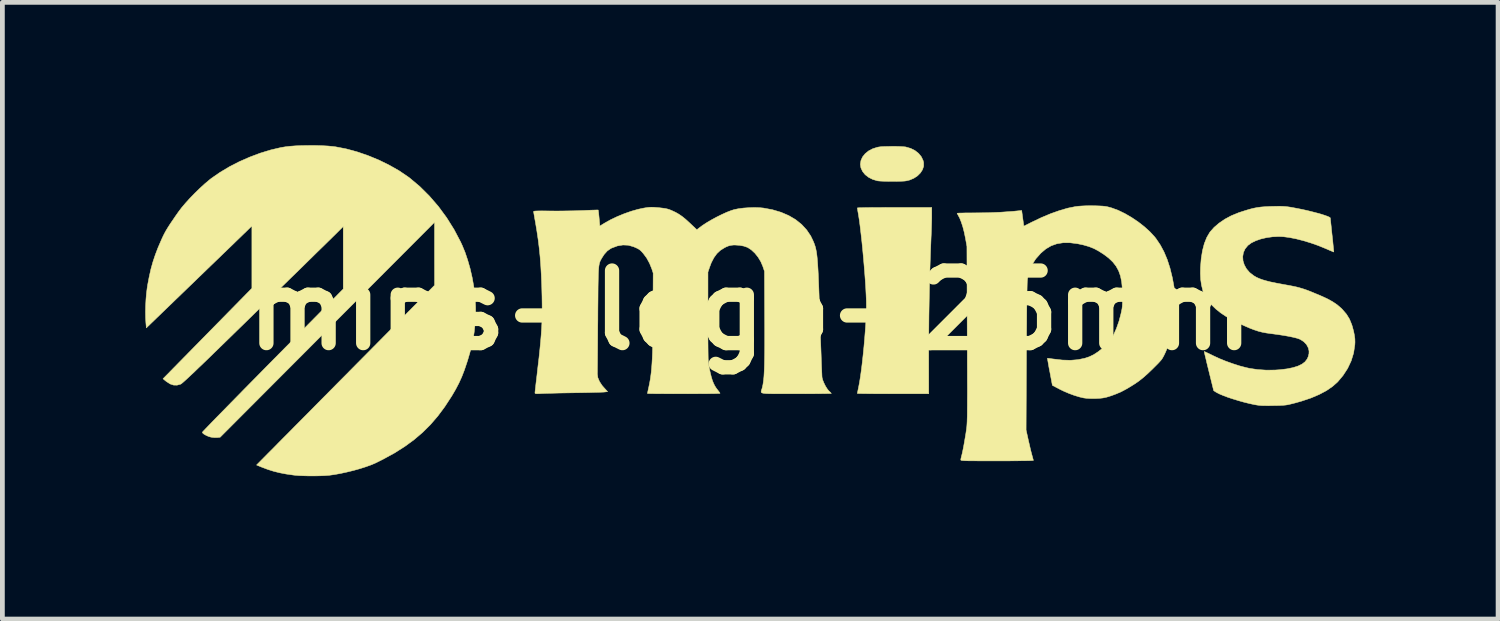
<source format=kicad_pcb>
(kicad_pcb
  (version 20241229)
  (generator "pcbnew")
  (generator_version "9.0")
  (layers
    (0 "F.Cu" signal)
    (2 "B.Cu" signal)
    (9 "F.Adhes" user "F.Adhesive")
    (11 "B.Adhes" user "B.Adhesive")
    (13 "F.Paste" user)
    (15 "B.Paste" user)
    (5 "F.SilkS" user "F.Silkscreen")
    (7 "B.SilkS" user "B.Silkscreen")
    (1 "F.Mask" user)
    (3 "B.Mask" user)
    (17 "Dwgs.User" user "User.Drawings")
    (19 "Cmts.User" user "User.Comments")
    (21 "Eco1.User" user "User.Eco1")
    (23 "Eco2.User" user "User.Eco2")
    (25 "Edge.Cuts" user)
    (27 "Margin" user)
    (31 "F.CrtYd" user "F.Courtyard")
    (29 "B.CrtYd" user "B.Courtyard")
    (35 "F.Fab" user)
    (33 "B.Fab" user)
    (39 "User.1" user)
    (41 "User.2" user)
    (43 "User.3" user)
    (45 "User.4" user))
  (footprint "mips-logo-25mm"
    (layer "F.Cu")
    (at 12.704 3.465)
    (property "Reference" "mips-logo-25mm" (at 0 0 0) (layer "F.SilkS") (effects (font (size 1.524 1.524) (thickness 0.3))))
    (attr through_hole)
    (fp_poly (pts (xy 3.058 -3.441) (xy 3.136 -3.439) (xy 3.204 -3.435) (xy 3.253 -3.431) (xy 3.265 -3.429) (xy 3.368 -3.399) (xy 3.458 -3.354) (xy 3.534 -3.294) (xy 3.592 -3.223) (xy 3.629 -3.144) (xy 3.64 -3.1) (xy 3.64 -3.025) (xy 3.616 -2.953) (xy 3.573 -2.885) (xy 3.512 -2.824) (xy 3.435 -2.773) (xy 3.346 -2.735) (xy 3.276 -2.718) (xy 3.239 -2.713) (xy 3.182 -2.71) (xy 3.11 -2.708) (xy 3.03 -2.707) (xy 2.946 -2.707) (xy 2.863 -2.708) (xy 2.788 -2.71) (xy 2.725 -2.713) (xy 2.68 -2.717) (xy 2.669 -2.719) (xy 2.571 -2.748) (xy 2.484 -2.792) (xy 2.412 -2.848) (xy 2.358 -2.915) (xy 2.323 -2.989) (xy 2.311 -3.067) (xy 2.324 -3.146) (xy 2.358 -3.221) (xy 2.413 -3.289) (xy 2.485 -3.347) (xy 2.571 -3.392) (xy 2.669 -3.423) (xy 2.701 -3.429) (xy 2.748 -3.435) (xy 2.812 -3.438) (xy 2.89 -3.44) (xy 2.973 -3.441) (xy 3.058 -3.441)) (stroke (width 0.01) (type solid)) (fill yes) (layer "F.SilkS"))
    (fp_poly (pts (xy 3.81 -1.997) (xy 3.81 -1.934) (xy 3.808 -1.852) (xy 3.805 -1.758) (xy 3.802 -1.66) (xy 3.798 -1.564) (xy 3.797 -1.549) (xy 3.785 -1.247) (xy 3.774 -0.924) (xy 3.764 -0.586) (xy 3.757 -0.239) (xy 3.751 0.113) (xy 3.748 0.465) (xy 3.746 0.81) (xy 3.746 0.879) (xy 3.747 1.753) (xy 2.997 1.753) (xy 2.862 1.752) (xy 2.734 1.752) (xy 2.617 1.752) (xy 2.512 1.751) (xy 2.421 1.75) (xy 2.347 1.749) (xy 2.292 1.748) (xy 2.258 1.747) (xy 2.248 1.746) (xy 2.25 1.732) (xy 2.257 1.698) (xy 2.267 1.651) (xy 2.273 1.622) (xy 2.293 1.518) (xy 2.313 1.392) (xy 2.333 1.25) (xy 2.352 1.094) (xy 2.37 0.929) (xy 2.387 0.759) (xy 2.402 0.588) (xy 2.415 0.421) (xy 2.426 0.26) (xy 2.433 0.112) (xy 2.438 -0.022) (xy 2.438 -0.094) (xy 2.437 -0.196) (xy 2.432 -0.319) (xy 2.425 -0.46) (xy 2.415 -0.615) (xy 2.403 -0.779) (xy 2.389 -0.95) (xy 2.374 -1.123) (xy 2.358 -1.295) (xy 2.341 -1.462) (xy 2.323 -1.62) (xy 2.306 -1.765) (xy 2.289 -1.894) (xy 2.272 -2.002) (xy 2.267 -2.032) (xy 2.258 -2.082) (xy 2.252 -2.122) (xy 2.248 -2.146) (xy 2.248 -2.149) (xy 2.26 -2.151) (xy 2.296 -2.153) (xy 2.352 -2.154) (xy 2.428 -2.156) (xy 2.52 -2.157) (xy 2.627 -2.158) (xy 2.746 -2.158) (xy 2.876 -2.159) (xy 3.013 -2.159) (xy 3.029 -2.159) (xy 3.81 -2.159) (xy 3.81 -1.997)) (stroke (width 0.01) (type solid)) (fill yes) (layer "F.SilkS"))
    (fp_poly (pts (xy 11.179 -2.182) (xy 11.232 -2.179) (xy 11.284 -2.173) (xy 11.341 -2.165) (xy 11.373 -2.159) (xy 11.481 -2.139) (xy 11.591 -2.117) (xy 11.699 -2.093) (xy 11.803 -2.067) (xy 11.9 -2.042) (xy 11.987 -2.018) (xy 12.061 -1.994) (xy 12.12 -1.973) (xy 12.16 -1.955) (xy 12.178 -1.941) (xy 12.179 -1.937) (xy 12.181 -1.922) (xy 12.184 -1.884) (xy 12.19 -1.827) (xy 12.198 -1.756) (xy 12.206 -1.673) (xy 12.216 -1.582) (xy 12.217 -1.575) (xy 12.227 -1.484) (xy 12.235 -1.402) (xy 12.242 -1.331) (xy 12.248 -1.276) (xy 12.251 -1.24) (xy 12.252 -1.224) (xy 12.252 -1.224) (xy 12.24 -1.228) (xy 12.209 -1.241) (xy 12.163 -1.26) (xy 12.106 -1.285) (xy 12.078 -1.297) (xy 11.926 -1.359) (xy 11.77 -1.414) (xy 11.614 -1.461) (xy 11.463 -1.5) (xy 11.321 -1.528) (xy 11.192 -1.545) (xy 11.097 -1.549) (xy 10.966 -1.543) (xy 10.838 -1.525) (xy 10.719 -1.497) (xy 10.612 -1.46) (xy 10.521 -1.415) (xy 10.45 -1.363) (xy 10.448 -1.361) (xy 10.39 -1.29) (xy 10.354 -1.211) (xy 10.34 -1.126) (xy 10.346 -1.039) (xy 10.373 -0.953) (xy 10.419 -0.87) (xy 10.484 -0.794) (xy 10.568 -0.728) (xy 10.576 -0.723) (xy 10.627 -0.693) (xy 10.685 -0.667) (xy 10.752 -0.642) (xy 10.831 -0.619) (xy 10.925 -0.595) (xy 11.037 -0.572) (xy 11.171 -0.547) (xy 11.208 -0.54) (xy 11.31 -0.522) (xy 11.396 -0.505) (xy 11.471 -0.489) (xy 11.539 -0.471) (xy 11.606 -0.451) (xy 11.677 -0.427) (xy 11.756 -0.397) (xy 11.847 -0.359) (xy 11.957 -0.314) (xy 11.97 -0.308) (xy 12.109 -0.245) (xy 12.226 -0.181) (xy 12.326 -0.113) (xy 12.412 -0.039) (xy 12.434 -0.016) (xy 12.519 0.083) (xy 12.582 0.186) (xy 12.629 0.301) (xy 12.641 0.339) (xy 12.668 0.44) (xy 12.685 0.524) (xy 12.695 0.598) (xy 12.697 0.669) (xy 12.694 0.724) (xy 12.668 0.897) (xy 12.617 1.063) (xy 12.542 1.222) (xy 12.444 1.372) (xy 12.333 1.504) (xy 12.227 1.598) (xy 12.098 1.687) (xy 11.945 1.768) (xy 11.771 1.842) (xy 11.574 1.908) (xy 11.443 1.945) (xy 11.376 1.962) (xy 11.323 1.975) (xy 11.277 1.985) (xy 11.233 1.991) (xy 11.185 1.995) (xy 11.127 1.998) (xy 11.054 2) (xy 10.979 2.001) (xy 10.882 2.003) (xy 10.805 2.002) (xy 10.743 2.001) (xy 10.692 1.997) (xy 10.645 1.991) (xy 10.598 1.983) (xy 10.592 1.982) (xy 10.48 1.958) (xy 10.363 1.929) (xy 10.246 1.896) (xy 10.132 1.861) (xy 10.025 1.826) (xy 9.93 1.79) (xy 9.851 1.757) (xy 9.791 1.726) (xy 9.777 1.718) (xy 9.73 1.687) (xy 9.629 1.278) (xy 9.605 1.181) (xy 9.583 1.091) (xy 9.565 1.012) (xy 9.549 0.948) (xy 9.538 0.9) (xy 9.533 0.872) (xy 9.532 0.866) (xy 9.544 0.87) (xy 9.574 0.884) (xy 9.62 0.905) (xy 9.677 0.933) (xy 9.724 0.956) (xy 9.849 1.014) (xy 9.987 1.07) (xy 10.132 1.122) (xy 10.275 1.168) (xy 10.409 1.203) (xy 10.484 1.22) (xy 10.654 1.245) (xy 10.836 1.257) (xy 11.017 1.255) (xy 11.119 1.248) (xy 11.269 1.23) (xy 11.396 1.204) (xy 11.501 1.171) (xy 11.584 1.131) (xy 11.648 1.082) (xy 11.693 1.023) (xy 11.715 0.974) (xy 11.731 0.91) (xy 11.732 0.855) (xy 11.719 0.797) (xy 11.715 0.786) (xy 11.679 0.719) (xy 11.622 0.659) (xy 11.548 0.612) (xy 11.533 0.605) (xy 11.485 0.588) (xy 11.416 0.57) (xy 11.327 0.551) (xy 11.224 0.532) (xy 11.109 0.514) (xy 10.986 0.497) (xy 10.922 0.489) (xy 10.832 0.476) (xy 10.748 0.46) (xy 10.666 0.439) (xy 10.581 0.411) (xy 10.487 0.375) (xy 10.381 0.329) (xy 10.273 0.28) (xy 10.122 0.205) (xy 9.992 0.131) (xy 9.879 0.056) (xy 9.78 -0.023) (xy 9.695 -0.104) (xy 9.622 -0.185) (xy 9.568 -0.262) (xy 9.528 -0.339) (xy 9.502 -0.415) (xy 9.474 -0.53) (xy 9.457 -0.647) (xy 9.451 -0.772) (xy 9.453 -0.895) (xy 9.468 -1.084) (xy 9.495 -1.253) (xy 9.534 -1.402) (xy 9.585 -1.529) (xy 9.647 -1.635) (xy 9.654 -1.645) (xy 9.738 -1.74) (xy 9.843 -1.83) (xy 9.965 -1.913) (xy 10.099 -1.985) (xy 10.242 -2.044) (xy 10.263 -2.052) (xy 10.378 -2.089) (xy 10.476 -2.119) (xy 10.561 -2.141) (xy 10.642 -2.157) (xy 10.723 -2.168) (xy 10.811 -2.175) (xy 10.911 -2.18) (xy 10.954 -2.181) (xy 11.046 -2.183) (xy 11.119 -2.184) (xy 11.179 -2.182)) (stroke (width 0.01) (type solid)) (fill yes) (layer "F.SilkS"))
    (fp_poly (pts (xy -9.128 -3.46) (xy -8.991 -3.456) (xy -8.863 -3.449) (xy -8.752 -3.438) (xy -8.706 -3.432) (xy -8.484 -3.389) (xy -8.256 -3.327) (xy -8.026 -3.248) (xy -7.8 -3.155) (xy -7.582 -3.048) (xy -7.377 -2.932) (xy -7.191 -2.806) (xy -7.15 -2.776) (xy -6.938 -2.598) (xy -6.737 -2.398) (xy -6.549 -2.18) (xy -6.376 -1.945) (xy -6.22 -1.696) (xy -6.083 -1.436) (xy -6.05 -1.365) (xy -5.989 -1.217) (xy -5.933 -1.05) (xy -5.882 -0.872) (xy -5.84 -0.688) (xy -5.807 -0.505) (xy -5.785 -0.331) (xy -5.785 -0.329) (xy -5.774 -0.192) (xy -5.768 -0.069) (xy -5.767 0.047) (xy -5.772 0.166) (xy -5.781 0.298) (xy -5.785 0.34) (xy -5.797 0.456) (xy -5.813 0.565) (xy -5.833 0.673) (xy -5.86 0.786) (xy -5.893 0.908) (xy -5.934 1.047) (xy -5.952 1.103) (xy -6.005 1.26) (xy -6.059 1.399) (xy -6.119 1.531) (xy -6.189 1.664) (xy -6.272 1.806) (xy -6.275 1.81) (xy -6.415 2.025) (xy -6.561 2.221) (xy -6.716 2.401) (xy -6.882 2.566) (xy -7.062 2.719) (xy -7.258 2.862) (xy -7.473 2.998) (xy -7.709 3.127) (xy -7.88 3.212) (xy -7.969 3.249) (xy -8.078 3.288) (xy -8.201 3.327) (xy -8.333 3.364) (xy -8.469 3.397) (xy -8.602 3.426) (xy -8.728 3.449) (xy -8.842 3.465) (xy -8.857 3.466) (xy -8.941 3.472) (xy -9.041 3.476) (xy -9.151 3.478) (xy -9.265 3.478) (xy -9.375 3.475) (xy -9.476 3.471) (xy -9.561 3.464) (xy -9.595 3.46) (xy -9.747 3.438) (xy -9.882 3.412) (xy -10.007 3.381) (xy -10.131 3.342) (xy -10.261 3.293) (xy -10.319 3.269) (xy -10.367 3.249) (xy -10.202 3.082) (xy -10.176 3.056) (xy -10.133 3.012) (xy -10.074 2.953) (xy -10 2.879) (xy -9.913 2.79) (xy -9.812 2.688) (xy -9.699 2.575) (xy -9.576 2.45) (xy -9.442 2.315) (xy -9.299 2.171) (xy -9.149 2.019) (xy -8.991 1.859) (xy -8.827 1.694) (xy -8.658 1.523) (xy -8.485 1.349) (xy -8.333 1.195) (xy -6.629 -0.525) (xy -6.63 -1.187) (xy -6.63 -1.848) (xy -11.132 2.666) (xy -11.195 2.672) (xy -11.246 2.673) (xy -11.304 2.667) (xy -11.332 2.662) (xy -11.381 2.647) (xy -11.429 2.625) (xy -11.47 2.602) (xy -11.497 2.579) (xy -11.506 2.562) (xy -11.497 2.551) (xy -11.472 2.524) (xy -11.43 2.48) (xy -11.373 2.421) (xy -11.302 2.347) (xy -11.218 2.261) (xy -11.121 2.162) (xy -11.013 2.052) (xy -10.895 1.931) (xy -10.767 1.801) (xy -10.631 1.662) (xy -10.487 1.516) (xy -10.336 1.363) (xy -10.18 1.204) (xy -10.027 1.049) (xy -8.547 -0.447) (xy -8.547 -1.103) (xy -8.547 -1.759) (xy -8.734 -1.573) (xy -8.764 -1.544) (xy -8.811 -1.497) (xy -8.874 -1.436) (xy -8.952 -1.359) (xy -9.044 -1.27) (xy -9.148 -1.168) (xy -9.263 -1.055) (xy -9.389 -0.931) (xy -9.524 -0.799) (xy -9.668 -0.659) (xy -9.818 -0.512) (xy -9.974 -0.359) (xy -10.135 -0.202) (xy -10.3 -0.041) (xy -10.413 0.069) (xy -10.616 0.268) (xy -10.801 0.448) (xy -10.97 0.613) (xy -11.122 0.761) (xy -11.26 0.895) (xy -11.382 1.014) (xy -11.491 1.119) (xy -11.587 1.21) (xy -11.669 1.29) (xy -11.741 1.357) (xy -11.8 1.413) (xy -11.85 1.459) (xy -11.889 1.494) (xy -11.92 1.521) (xy -11.942 1.539) (xy -11.956 1.549) (xy -11.96 1.551) (xy -12.035 1.572) (xy -12.108 1.571) (xy -12.181 1.547) (xy -12.257 1.498) (xy -12.278 1.482) (xy -12.331 1.438) (xy -11.398 0.488) (xy -10.465 -0.462) (xy -10.465 -1.771) (xy -10.538 -1.7) (xy -10.557 -1.681) (xy -10.592 -1.647) (xy -10.644 -1.597) (xy -10.71 -1.533) (xy -10.789 -1.457) (xy -10.88 -1.368) (xy -10.982 -1.27) (xy -11.094 -1.162) (xy -11.213 -1.047) (xy -11.34 -0.925) (xy -11.472 -0.797) (xy -11.609 -0.665) (xy -11.646 -0.629) (xy -12.681 0.37) (xy -12.691 0.258) (xy -12.697 0.155) (xy -12.699 0.035) (xy -12.696 -0.095) (xy -12.689 -0.229) (xy -12.678 -0.358) (xy -12.663 -0.475) (xy -12.655 -0.527) (xy -12.621 -0.705) (xy -12.585 -0.866) (xy -12.543 -1.016) (xy -12.494 -1.163) (xy -12.436 -1.315) (xy -12.365 -1.479) (xy -12.352 -1.508) (xy -12.326 -1.564) (xy -12.299 -1.617) (xy -12.269 -1.672) (xy -12.234 -1.73) (xy -12.192 -1.796) (xy -12.141 -1.872) (xy -12.079 -1.963) (xy -12.009 -2.063) (xy -11.942 -2.152) (xy -11.859 -2.25) (xy -11.764 -2.355) (xy -11.662 -2.46) (xy -11.556 -2.563) (xy -11.452 -2.658) (xy -11.353 -2.741) (xy -11.315 -2.771) (xy -11.136 -2.895) (xy -10.939 -3.013) (xy -10.729 -3.121) (xy -10.51 -3.217) (xy -10.289 -3.3) (xy -10.069 -3.367) (xy -9.856 -3.417) (xy -9.766 -3.432) (xy -9.665 -3.444) (xy -9.545 -3.453) (xy -9.412 -3.458) (xy -9.271 -3.46) (xy -9.128 -3.46)) (stroke (width 0.01) (type solid)) (fill yes) (layer "F.SilkS"))
    (fp_poly (pts (xy 7.236 -2.194) (xy 7.248 -2.194) (xy 7.33 -2.191) (xy 7.393 -2.188) (xy 7.444 -2.183) (xy 7.488 -2.176) (xy 7.532 -2.165) (xy 7.582 -2.151) (xy 7.595 -2.147) (xy 7.727 -2.098) (xy 7.867 -2.03) (xy 8.008 -1.948) (xy 8.146 -1.855) (xy 8.275 -1.754) (xy 8.391 -1.649) (xy 8.489 -1.543) (xy 8.519 -1.505) (xy 8.609 -1.372) (xy 8.687 -1.226) (xy 8.755 -1.064) (xy 8.813 -0.884) (xy 8.862 -0.684) (xy 8.897 -0.495) (xy 8.905 -0.445) (xy 8.91 -0.395) (xy 8.913 -0.342) (xy 8.914 -0.28) (xy 8.914 -0.204) (xy 8.912 -0.109) (xy 8.911 -0.076) (xy 8.902 0.114) (xy 8.886 0.285) (xy 8.862 0.44) (xy 8.828 0.584) (xy 8.784 0.721) (xy 8.729 0.856) (xy 8.711 0.896) (xy 8.689 0.942) (xy 8.669 0.98) (xy 8.65 1.013) (xy 8.627 1.045) (xy 8.597 1.079) (xy 8.559 1.12) (xy 8.507 1.172) (xy 8.453 1.226) (xy 8.348 1.327) (xy 8.251 1.413) (xy 8.155 1.489) (xy 8.052 1.559) (xy 7.936 1.63) (xy 7.88 1.662) (xy 7.787 1.711) (xy 7.685 1.755) (xy 7.581 1.794) (xy 7.484 1.824) (xy 7.404 1.841) (xy 7.33 1.849) (xy 7.243 1.853) (xy 7.152 1.853) (xy 7.069 1.849) (xy 7.003 1.841) (xy 6.909 1.819) (xy 6.801 1.786) (xy 6.687 1.744) (xy 6.576 1.696) (xy 6.496 1.657) (xy 6.343 1.576) (xy 6.29 1.294) (xy 6.274 1.213) (xy 6.261 1.14) (xy 6.251 1.08) (xy 6.243 1.036) (xy 6.24 1.012) (xy 6.239 1.008) (xy 6.252 1.009) (xy 6.285 1.012) (xy 6.331 1.019) (xy 6.363 1.023) (xy 6.552 1.045) (xy 6.724 1.05) (xy 6.882 1.037) (xy 7.026 1.007) (xy 7.118 0.976) (xy 7.21 0.932) (xy 7.305 0.87) (xy 7.399 0.795) (xy 7.485 0.713) (xy 7.559 0.627) (xy 7.615 0.543) (xy 7.622 0.529) (xy 7.688 0.382) (xy 7.743 0.226) (xy 7.782 0.078) (xy 7.795 0.019) (xy 7.805 -0.031) (xy 7.811 -0.08) (xy 7.814 -0.135) (xy 7.816 -0.2) (xy 7.817 -0.285) (xy 7.817 -0.292) (xy 7.812 -0.455) (xy 7.798 -0.596) (xy 7.773 -0.72) (xy 7.734 -0.829) (xy 7.681 -0.926) (xy 7.612 -1.014) (xy 7.525 -1.097) (xy 7.419 -1.177) (xy 7.315 -1.243) (xy 7.217 -1.296) (xy 7.111 -1.338) (xy 6.99 -1.373) (xy 6.871 -1.398) (xy 6.713 -1.418) (xy 6.569 -1.418) (xy 6.438 -1.397) (xy 6.317 -1.354) (xy 6.206 -1.289) (xy 6.102 -1.201) (xy 6.003 -1.09) (xy 5.991 -1.075) (xy 5.914 -0.956) (xy 5.859 -0.832) (xy 5.826 -0.697) (xy 5.819 -0.641) (xy 5.816 -0.608) (xy 5.814 -0.55) (xy 5.812 -0.468) (xy 5.81 -0.363) (xy 5.808 -0.237) (xy 5.806 -0.09) (xy 5.804 0.078) (xy 5.803 0.264) (xy 5.801 0.469) (xy 5.8 0.691) (xy 5.798 0.93) (xy 5.798 0.999) (xy 5.791 2.513) (xy 5.841 2.739) (xy 5.86 2.819) (xy 5.878 2.898) (xy 5.895 2.968) (xy 5.91 3.025) (xy 5.918 3.054) (xy 5.93 3.099) (xy 5.94 3.134) (xy 5.944 3.152) (xy 5.944 3.153) (xy 5.931 3.154) (xy 5.896 3.156) (xy 5.839 3.158) (xy 5.764 3.159) (xy 5.672 3.16) (xy 5.565 3.161) (xy 5.447 3.162) (xy 5.318 3.162) (xy 5.182 3.162) (xy 5.182 3.162) (xy 5.023 3.162) (xy 4.889 3.162) (xy 4.776 3.162) (xy 4.682 3.161) (xy 4.607 3.161) (xy 4.547 3.16) (xy 4.502 3.158) (xy 4.469 3.156) (xy 4.446 3.154) (xy 4.431 3.151) (xy 4.423 3.147) (xy 4.42 3.143) (xy 4.42 3.139) (xy 4.423 3.114) (xy 4.432 3.076) (xy 4.438 3.053) (xy 4.449 3.009) (xy 4.463 2.944) (xy 4.479 2.864) (xy 4.495 2.774) (xy 4.511 2.679) (xy 4.527 2.584) (xy 4.54 2.494) (xy 4.541 2.483) (xy 4.544 2.46) (xy 4.547 2.435) (xy 4.549 2.406) (xy 4.551 2.372) (xy 4.553 2.332) (xy 4.554 2.284) (xy 4.556 2.227) (xy 4.557 2.161) (xy 4.557 2.082) (xy 4.558 1.991) (xy 4.558 1.886) (xy 4.559 1.765) (xy 4.559 1.627) (xy 4.558 1.472) (xy 4.558 1.297) (xy 4.557 1.101) (xy 4.557 0.883) (xy 4.556 0.642) (xy 4.555 0.495) (xy 4.549 -1.34) (xy 4.517 -1.518) (xy 4.492 -1.639) (xy 4.463 -1.752) (xy 4.43 -1.852) (xy 4.397 -1.935) (xy 4.375 -1.976) (xy 4.357 -2.008) (xy 4.345 -2.032) (xy 4.343 -2.037) (xy 4.356 -2.039) (xy 4.39 -2.041) (xy 4.444 -2.042) (xy 4.513 -2.044) (xy 4.595 -2.044) (xy 4.687 -2.045) (xy 4.715 -2.045) (xy 4.987 -2.048) (xy 5.255 -2.059) (xy 5.511 -2.077) (xy 5.634 -2.089) (xy 5.699 -2.095) (xy 5.721 -1.931) (xy 5.744 -1.767) (xy 5.91 -1.85) (xy 6.114 -1.947) (xy 6.309 -2.029) (xy 6.493 -2.094) (xy 6.665 -2.144) (xy 6.822 -2.176) (xy 6.892 -2.185) (xy 6.962 -2.19) (xy 7.049 -2.194) (xy 7.143 -2.195) (xy 7.236 -2.194)) (stroke (width 0.01) (type solid)) (fill yes) (layer "F.SilkS"))
    (fp_poly (pts (xy -2.028 -2.163) (xy -1.967 -2.158) (xy -1.918 -2.154) (xy -1.842 -2.145) (xy -1.784 -2.137) (xy -1.736 -2.126) (xy -1.692 -2.112) (xy -1.644 -2.092) (xy -1.642 -2.091) (xy -1.567 -2.056) (xy -1.499 -2.017) (xy -1.432 -1.971) (xy -1.361 -1.914) (xy -1.282 -1.842) (xy -1.256 -1.818) (xy -1.122 -1.691) (xy -1.078 -1.726) (xy -1.006 -1.78) (xy -0.916 -1.839) (xy -0.814 -1.899) (xy -0.707 -1.957) (xy -0.598 -2.011) (xy -0.495 -2.058) (xy -0.402 -2.094) (xy -0.342 -2.113) (xy -0.252 -2.132) (xy -0.146 -2.146) (xy -0.03 -2.154) (xy 0.086 -2.158) (xy 0.196 -2.154) (xy 0.274 -2.147) (xy 0.467 -2.111) (xy 0.645 -2.058) (xy 0.806 -1.989) (xy 0.951 -1.904) (xy 1.077 -1.803) (xy 1.183 -1.688) (xy 1.27 -1.559) (xy 1.322 -1.45) (xy 1.337 -1.414) (xy 1.35 -1.378) (xy 1.362 -1.343) (xy 1.372 -1.306) (xy 1.381 -1.265) (xy 1.39 -1.219) (xy 1.397 -1.166) (xy 1.404 -1.105) (xy 1.41 -1.034) (xy 1.416 -0.951) (xy 1.422 -0.855) (xy 1.428 -0.744) (xy 1.433 -0.616) (xy 1.439 -0.469) (xy 1.445 -0.303) (xy 1.451 -0.116) (xy 1.458 0.095) (xy 1.461 0.171) (xy 1.466 0.344) (xy 1.472 0.51) (xy 1.477 0.667) (xy 1.483 0.815) (xy 1.488 0.951) (xy 1.492 1.073) (xy 1.496 1.179) (xy 1.5 1.267) (xy 1.503 1.336) (xy 1.505 1.384) (xy 1.507 1.408) (xy 1.507 1.41) (xy 1.52 1.462) (xy 1.545 1.524) (xy 1.577 1.589) (xy 1.613 1.647) (xy 1.647 1.691) (xy 1.656 1.699) (xy 1.683 1.724) (xy 1.699 1.742) (xy 1.702 1.746) (xy 1.689 1.747) (xy 1.654 1.748) (xy 1.598 1.749) (xy 1.522 1.75) (xy 1.431 1.751) (xy 1.325 1.752) (xy 1.207 1.752) (xy 1.08 1.753) (xy 0.965 1.753) (xy 0.808 1.753) (xy 0.673 1.753) (xy 0.561 1.753) (xy 0.469 1.752) (xy 0.394 1.751) (xy 0.336 1.749) (xy 0.293 1.745) (xy 0.262 1.74) (xy 0.242 1.732) (xy 0.231 1.723) (xy 0.228 1.711) (xy 0.23 1.696) (xy 0.235 1.678) (xy 0.242 1.656) (xy 0.248 1.638) (xy 0.258 1.597) (xy 0.267 1.554) (xy 0.274 1.505) (xy 0.281 1.451) (xy 0.287 1.388) (xy 0.291 1.316) (xy 0.295 1.232) (xy 0.298 1.135) (xy 0.3 1.023) (xy 0.302 0.894) (xy 0.303 0.746) (xy 0.303 0.579) (xy 0.303 0.389) (xy 0.302 0.184) (xy 0.298 -0.819) (xy 0.263 -0.923) (xy 0.221 -1.021) (xy 0.164 -1.115) (xy 0.097 -1.199) (xy 0.023 -1.268) (xy -0.053 -1.318) (xy -0.065 -1.323) (xy -0.138 -1.348) (xy -0.225 -1.364) (xy -0.316 -1.37) (xy -0.353 -1.37) (xy -0.406 -1.364) (xy -0.452 -1.353) (xy -0.503 -1.333) (xy -0.54 -1.314) (xy -0.627 -1.26) (xy -0.701 -1.191) (xy -0.764 -1.104) (xy -0.819 -0.998) (xy -0.857 -0.897) (xy -0.889 -0.802) (xy -0.889 0.137) (xy -0.889 0.316) (xy -0.889 0.47) (xy -0.889 0.603) (xy -0.888 0.717) (xy -0.887 0.813) (xy -0.886 0.893) (xy -0.885 0.959) (xy -0.884 1.014) (xy -0.882 1.059) (xy -0.879 1.095) (xy -0.876 1.126) (xy -0.873 1.152) (xy -0.868 1.176) (xy -0.865 1.196) (xy -0.841 1.307) (xy -0.819 1.397) (xy -0.797 1.47) (xy -0.773 1.531) (xy -0.747 1.584) (xy -0.716 1.633) (xy -0.678 1.683) (xy -0.677 1.684) (xy -0.653 1.715) (xy -0.638 1.737) (xy -0.635 1.744) (xy -0.647 1.746) (xy -0.683 1.747) (xy -0.739 1.749) (xy -0.815 1.75) (xy -0.907 1.751) (xy -1.013 1.751) (xy -1.132 1.752) (xy -1.26 1.752) (xy -1.397 1.753) (xy -1.397 1.753) (xy -1.534 1.753) (xy -1.662 1.752) (xy -1.781 1.752) (xy -1.887 1.751) (xy -1.979 1.751) (xy -2.055 1.75) (xy -2.111 1.749) (xy -2.147 1.748) (xy -2.159 1.747) (xy -2.157 1.733) (xy -2.15 1.7) (xy -2.14 1.652) (xy -2.128 1.598) (xy -2.113 1.524) (xy -2.1 1.451) (xy -2.089 1.375) (xy -2.079 1.295) (xy -2.071 1.209) (xy -2.064 1.113) (xy -2.058 1.007) (xy -2.053 0.889) (xy -2.05 0.754) (xy -2.047 0.603) (xy -2.045 0.432) (xy -2.044 0.24) (xy -2.043 0.083) (xy -2.039 -0.781) (xy -2.068 -0.87) (xy -2.115 -0.986) (xy -2.176 -1.098) (xy -2.245 -1.191) (xy -2.282 -1.233) (xy -2.315 -1.264) (xy -2.35 -1.288) (xy -2.396 -1.311) (xy -2.452 -1.335) (xy -2.561 -1.366) (xy -2.673 -1.371) (xy -2.789 -1.352) (xy -2.907 -1.308) (xy -2.927 -1.299) (xy -3.002 -1.247) (xy -3.069 -1.172) (xy -3.116 -1.099) (xy -3.129 -1.076) (xy -3.141 -1.056) (xy -3.151 -1.035) (xy -3.159 -1.014) (xy -3.167 -0.99) (xy -3.173 -0.961) (xy -3.179 -0.926) (xy -3.183 -0.883) (xy -3.187 -0.83) (xy -3.19 -0.766) (xy -3.192 -0.689) (xy -3.194 -0.597) (xy -3.196 -0.489) (xy -3.197 -0.362) (xy -3.198 -0.215) (xy -3.2 -0.047) (xy -3.201 0.144) (xy -3.201 0.191) (xy -3.203 0.356) (xy -3.204 0.516) (xy -3.205 0.667) (xy -3.206 0.808) (xy -3.207 0.936) (xy -3.208 1.05) (xy -3.209 1.148) (xy -3.21 1.228) (xy -3.21 1.287) (xy -3.211 1.325) (xy -3.211 1.338) (xy -3.201 1.414) (xy -3.167 1.495) (xy -3.112 1.579) (xy -3.077 1.619) (xy -2.996 1.708) (xy -3.057 1.716) (xy -3.082 1.718) (xy -3.13 1.72) (xy -3.198 1.722) (xy -3.282 1.724) (xy -3.379 1.727) (xy -3.487 1.729) (xy -3.602 1.731) (xy -3.67 1.732) (xy -3.793 1.734) (xy -3.913 1.736) (xy -4.028 1.738) (xy -4.133 1.741) (xy -4.225 1.743) (xy -4.3 1.745) (xy -4.355 1.747) (xy -4.372 1.748) (xy -4.436 1.751) (xy -4.479 1.752) (xy -4.505 1.75) (xy -4.517 1.745) (xy -4.521 1.737) (xy -4.521 1.736) (xy -4.52 1.72) (xy -4.516 1.681) (xy -4.509 1.622) (xy -4.501 1.546) (xy -4.49 1.456) (xy -4.478 1.354) (xy -4.466 1.244) (xy -4.459 1.185) (xy -4.436 0.992) (xy -4.418 0.819) (xy -4.403 0.664) (xy -4.391 0.521) (xy -4.382 0.387) (xy -4.375 0.258) (xy -4.372 0.13) (xy -4.37 -0.002) (xy -4.371 -0.141) (xy -4.373 -0.291) (xy -4.373 -0.292) (xy -4.379 -0.525) (xy -4.388 -0.737) (xy -4.399 -0.934) (xy -4.413 -1.119) (xy -4.431 -1.298) (xy -4.453 -1.476) (xy -4.48 -1.657) (xy -4.511 -1.845) (xy -4.515 -1.867) (xy -4.527 -1.933) (xy -4.537 -1.992) (xy -4.545 -2.038) (xy -4.55 -2.065) (xy -4.55 -2.07) (xy -4.549 -2.076) (xy -4.54 -2.08) (xy -4.521 -2.083) (xy -4.49 -2.085) (xy -4.445 -2.086) (xy -4.381 -2.087) (xy -4.298 -2.086) (xy -4.192 -2.085) (xy -4.185 -2.085) (xy -4.069 -2.084) (xy -3.941 -2.085) (xy -3.81 -2.087) (xy -3.684 -2.089) (xy -3.57 -2.093) (xy -3.507 -2.095) (xy -3.421 -2.099) (xy -3.344 -2.102) (xy -3.279 -2.104) (xy -3.23 -2.106) (xy -3.201 -2.106) (xy -3.193 -2.105) (xy -3.191 -2.092) (xy -3.186 -2.058) (xy -3.181 -2.008) (xy -3.175 -1.948) (xy -3.174 -1.935) (xy -3.159 -1.769) (xy -3.06 -1.83) (xy -2.937 -1.899) (xy -2.797 -1.966) (xy -2.649 -2.027) (xy -2.498 -2.08) (xy -2.354 -2.121) (xy -2.235 -2.146) (xy -2.173 -2.156) (xy -2.123 -2.162) (xy -2.077 -2.164) (xy -2.028 -2.163)) (stroke (width 0.01) (type solid)) (fill yes) (layer "F.SilkS")))
  (gr_rect
    (start -3 -3)
    (end 28.406 9.948)
    (stroke (width 0.1) (type default))
    (fill no)
    (layer "Edge.Cuts")))
</source>
